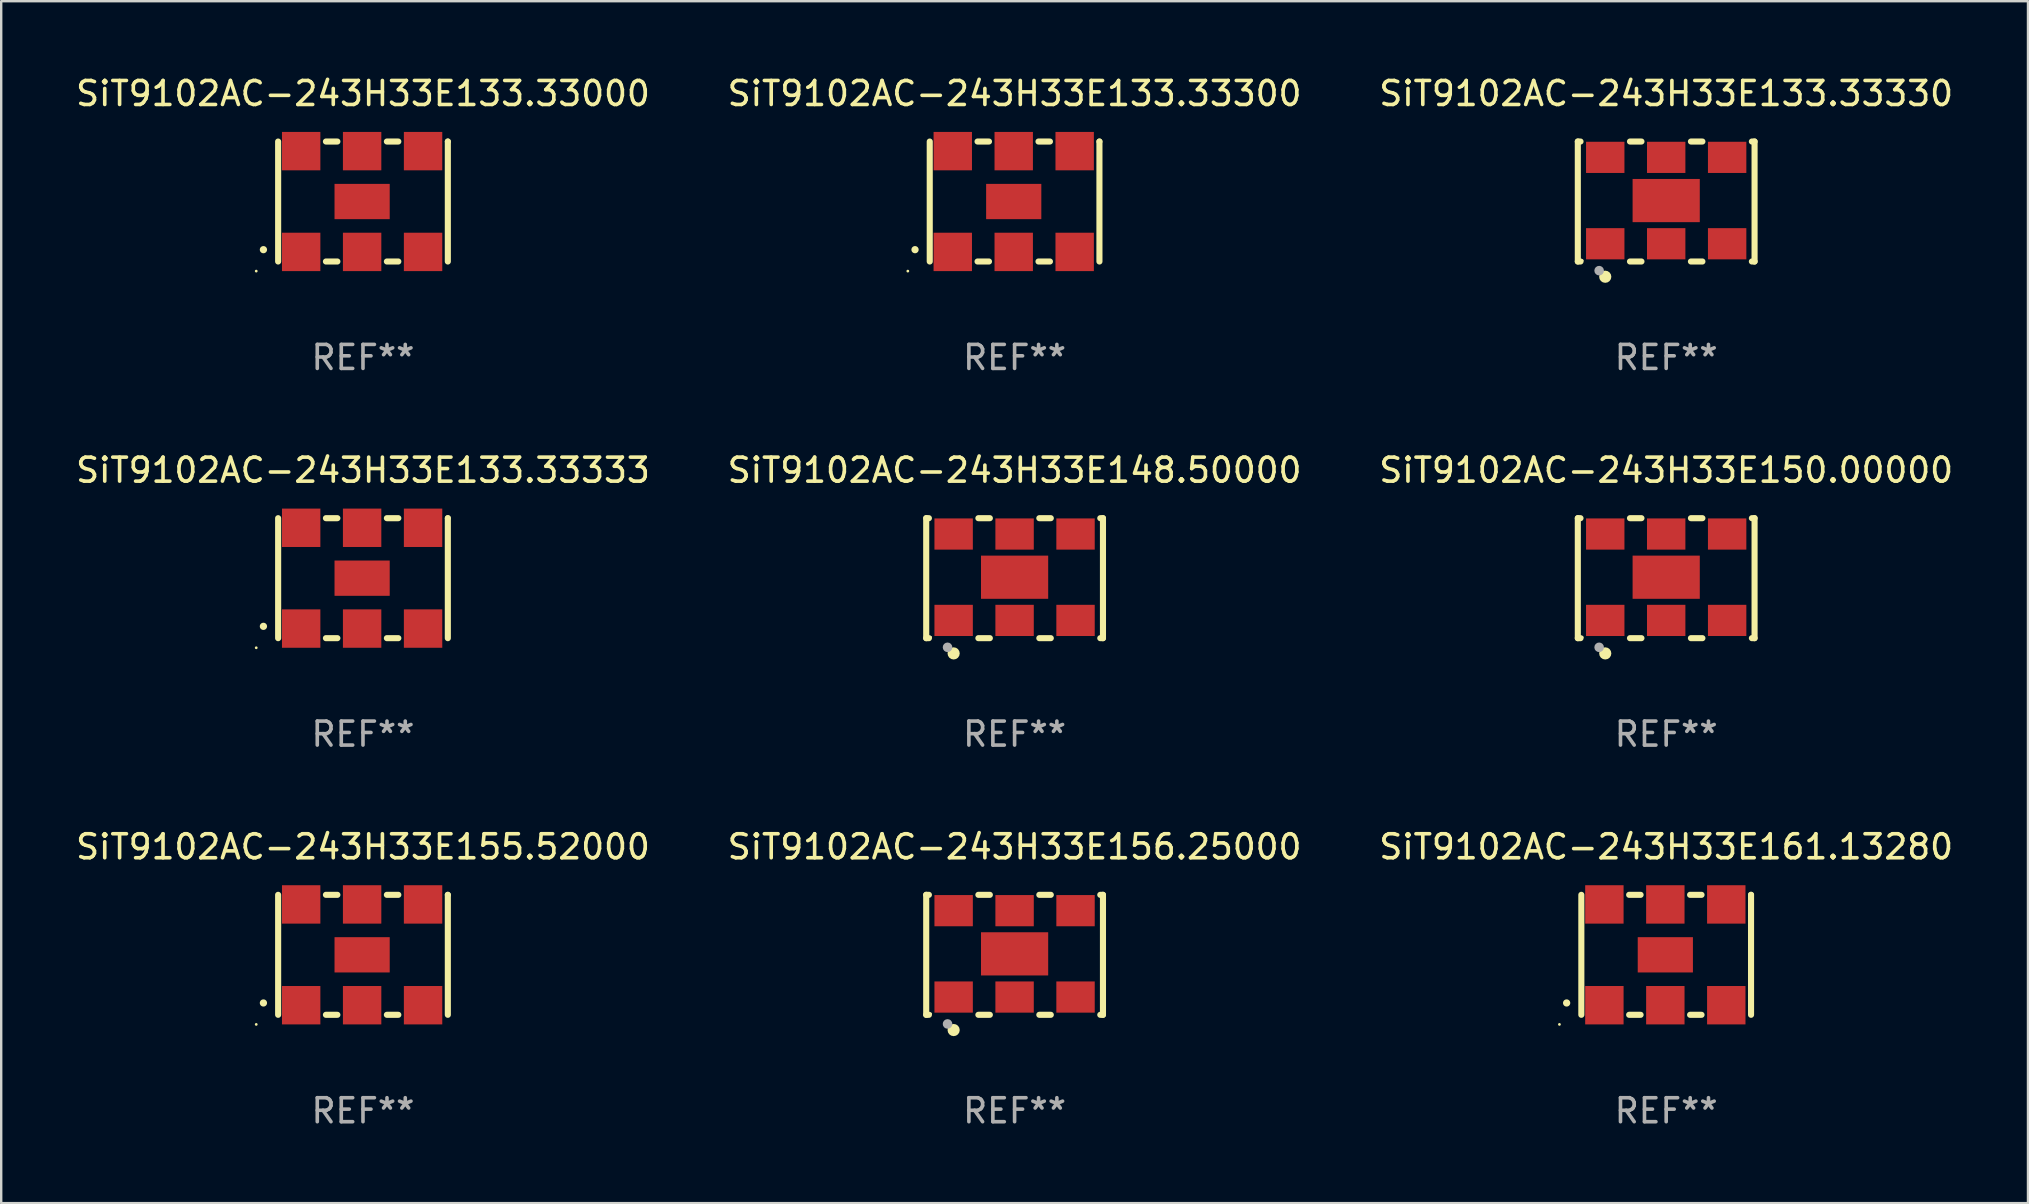
<source format=kicad_pcb>
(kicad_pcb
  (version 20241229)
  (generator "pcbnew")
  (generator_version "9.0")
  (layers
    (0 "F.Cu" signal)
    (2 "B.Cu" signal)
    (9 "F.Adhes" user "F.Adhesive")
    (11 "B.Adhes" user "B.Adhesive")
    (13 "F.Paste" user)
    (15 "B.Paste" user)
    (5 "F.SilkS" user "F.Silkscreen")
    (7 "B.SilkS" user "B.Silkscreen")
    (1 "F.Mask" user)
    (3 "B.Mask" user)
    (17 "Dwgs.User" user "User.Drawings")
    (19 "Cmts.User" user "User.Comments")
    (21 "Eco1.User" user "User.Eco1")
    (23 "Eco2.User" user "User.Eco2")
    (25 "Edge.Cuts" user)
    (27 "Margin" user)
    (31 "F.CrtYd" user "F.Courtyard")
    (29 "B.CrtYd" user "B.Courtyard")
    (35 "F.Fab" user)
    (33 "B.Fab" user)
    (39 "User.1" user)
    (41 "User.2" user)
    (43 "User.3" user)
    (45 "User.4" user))
  (footprint "SiT9102AC-243H33E133.33000"
    (layer "F.Cu")
    (at 12.077 5.348)
    (property "Reference" "SiT9102AC-243H33E133.33000" (at 0 -4.5 0) (layer "F.SilkS") (effects (font (size 1 1) (thickness 0.15))))
    (attr through_hole)
    (fp_line (start -3.536 -2.5) (end -3.536 2.5) (stroke (width 0.254) (type solid)) (layer "F.SilkS"))
    (fp_line (start -1.544 2.5) (end -1.067 2.5) (stroke (width 0.254) (type solid)) (layer "F.SilkS"))
    (fp_line (start -1.067 -2.5) (end -1.544 -2.5) (stroke (width 0.254) (type solid)) (layer "F.SilkS"))
    (fp_line (start 0.996 2.5) (end 1.473 2.5) (stroke (width 0.254) (type solid)) (layer "F.SilkS"))
    (fp_line (start 1.473 -2.5) (end 0.996 -2.5) (stroke (width 0.254) (type solid)) (layer "F.SilkS"))
    (fp_line (start 3.536 -2.5) (end 3.536 -2.5) (stroke (width 0.254) (type solid)) (layer "F.SilkS"))
    (fp_line (start 3.536 2.5) (end 3.536 -2.5) (stroke (width 0.254) (type solid)) (layer "F.SilkS"))
    (fp_arc (start -4.150432 2.006604) (mid -4.149162 2.006599) (end -4.147892 2.006604) (stroke (width 0.3) (type solid)) (layer "F.SilkS"))
    (fp_circle (center -4.449 2.9) (end -4.419 2.9) (stroke (width 0.06) (type solid)) (fill no) (layer "F.SilkS"))
    (fp_text user "REF**" (at 0 6.5 0) (layer "F.Fab") (effects (font (size 1 1) (thickness 0.15))))
    (pad "1" smd rect (at -2.576 2.1) (size 1.6 1.6) (layers "F.Cu" "F.Mask" "F.Paste"))
    (pad "2" smd rect (at -0.036 2.1) (size 1.6 1.6) (layers "F.Cu" "F.Mask" "F.Paste"))
    (pad "3" smd rect (at 2.504 2.1) (size 1.6 1.6) (layers "F.Cu" "F.Mask" "F.Paste"))
    (pad "4" smd rect (at 2.504 -2.1) (size 1.6 1.6) (layers "F.Cu" "F.Mask" "F.Paste"))
    (pad "5" smd rect (at -0.036 -2.1) (size 1.6 1.6) (layers "F.Cu" "F.Mask" "F.Paste"))
    (pad "6" smd rect (at -2.576 -2.1) (size 1.6 1.6) (layers "F.Cu" "F.Mask" "F.Paste"))
    (pad "7" smd rect (at -0.036 0) (size 2.3 1.47) (layers "F.Cu" "F.Mask" "F.Paste")))
  (footprint "SiT9102AC-243H33E148.50000"
    (layer "F.Cu")
    (at 39.232 21.045)
    (property "Reference" "SiT9102AC-243H33E148.50000" (at 0 -4.5 0) (layer "F.SilkS") (effects (font (size 1 1) (thickness 0.15))))
    (attr through_hole)
    (fp_line (start -3.683 -2.5) (end -3.571 -2.5) (stroke (width 0.254) (type solid)) (layer "F.SilkS"))
    (fp_line (start -3.683 2.5) (end -3.683 -2.5) (stroke (width 0.254) (type solid)) (layer "F.SilkS"))
    (fp_line (start -3.683 2.5) (end -3.571 2.5) (stroke (width 0.254) (type solid)) (layer "F.SilkS"))
    (fp_line (start -1.509 -2.5) (end -1.031 -2.5) (stroke (width 0.254) (type solid)) (layer "F.SilkS"))
    (fp_line (start -1.509 2.5) (end -1.031 2.5) (stroke (width 0.254) (type solid)) (layer "F.SilkS"))
    (fp_line (start 1.031 -2.5) (end 1.509 -2.5) (stroke (width 0.254) (type solid)) (layer "F.SilkS"))
    (fp_line (start 1.031 2.5) (end 1.509 2.5) (stroke (width 0.254) (type solid)) (layer "F.SilkS"))
    (fp_line (start 3.571 -2.5) (end 3.683 -2.5) (stroke (width 0.254) (type solid)) (layer "F.SilkS"))
    (fp_line (start 3.571 2.5) (end 3.683 2.5) (stroke (width 0.254) (type solid)) (layer "F.SilkS"))
    (fp_line (start 3.683 2.5) (end 3.683 -2.5) (stroke (width 0.254) (type solid)) (layer "F.SilkS"))
    (fp_circle (center -3.5 2.46) (end -3.47 2.46) (stroke (width 0.06) (type solid)) (fill no) (layer "F.SilkS"))
    (fp_circle (center -2.54 3.135) (end -2.413 3.135) (stroke (width 0.254) (type solid)) (fill no) (layer "F.SilkS"))
    (fp_circle (center -2.794 2.881) (end -2.694 2.881) (stroke (width 0.2) (type solid)) (fill no) (layer "F.Fab"))
    (fp_text user "REF**" (at 0 6.5 0) (layer "F.Fab") (effects (font (size 1 1) (thickness 0.15))))
    (pad "1" smd rect (at -2.54 1.76) (size 1.6 1.3) (layers "F.Cu" "F.Mask" "F.Paste"))
    (pad "2" smd rect (at 0 1.76) (size 1.6 1.3) (layers "F.Cu" "F.Mask" "F.Paste"))
    (pad "3" smd rect (at 2.54 1.76) (size 1.6 1.3) (layers "F.Cu" "F.Mask" "F.Paste"))
    (pad "4" smd rect (at 2.54 -1.84) (size 1.6 1.3) (layers "F.Cu" "F.Mask" "F.Paste"))
    (pad "5" smd rect (at 0 -1.84) (size 1.6 1.3) (layers "F.Cu" "F.Mask" "F.Paste"))
    (pad "6" smd rect (at -2.54 -1.84) (size 1.6 1.3) (layers "F.Cu" "F.Mask" "F.Paste"))
    (pad "7" smd rect (at 0 -0.04) (size 2.8 1.8) (layers "F.Cu" "F.Mask" "F.Paste")))
  (footprint "SiT9102AC-243H33E133.33330"
    (layer "F.Cu")
    (at 66.387 5.348)
    (property "Reference" "SiT9102AC-243H33E133.33330" (at 0 -4.5 0) (layer "F.SilkS") (effects (font (size 1 1) (thickness 0.15))))
    (attr through_hole)
    (fp_line (start -3.683 -2.5) (end -3.571 -2.5) (stroke (width 0.254) (type solid)) (layer "F.SilkS"))
    (fp_line (start -3.683 2.5) (end -3.683 -2.5) (stroke (width 0.254) (type solid)) (layer "F.SilkS"))
    (fp_line (start -3.683 2.5) (end -3.571 2.5) (stroke (width 0.254) (type solid)) (layer "F.SilkS"))
    (fp_line (start -1.509 -2.5) (end -1.031 -2.5) (stroke (width 0.254) (type solid)) (layer "F.SilkS"))
    (fp_line (start -1.509 2.5) (end -1.031 2.5) (stroke (width 0.254) (type solid)) (layer "F.SilkS"))
    (fp_line (start 1.031 -2.5) (end 1.509 -2.5) (stroke (width 0.254) (type solid)) (layer "F.SilkS"))
    (fp_line (start 1.031 2.5) (end 1.509 2.5) (stroke (width 0.254) (type solid)) (layer "F.SilkS"))
    (fp_line (start 3.571 -2.5) (end 3.683 -2.5) (stroke (width 0.254) (type solid)) (layer "F.SilkS"))
    (fp_line (start 3.571 2.5) (end 3.683 2.5) (stroke (width 0.254) (type solid)) (layer "F.SilkS"))
    (fp_line (start 3.683 2.5) (end 3.683 -2.5) (stroke (width 0.254) (type solid)) (layer "F.SilkS"))
    (fp_circle (center -3.5 2.46) (end -3.47 2.46) (stroke (width 0.06) (type solid)) (fill no) (layer "F.SilkS"))
    (fp_circle (center -2.54 3.135) (end -2.413 3.135) (stroke (width 0.254) (type solid)) (fill no) (layer "F.SilkS"))
    (fp_circle (center -2.794 2.881) (end -2.694 2.881) (stroke (width 0.2) (type solid)) (fill no) (layer "F.Fab"))
    (fp_text user "REF**" (at 0 6.5 0) (layer "F.Fab") (effects (font (size 1 1) (thickness 0.15))))
    (pad "1" smd rect (at -2.54 1.76) (size 1.6 1.3) (layers "F.Cu" "F.Mask" "F.Paste"))
    (pad "2" smd rect (at 0 1.76) (size 1.6 1.3) (layers "F.Cu" "F.Mask" "F.Paste"))
    (pad "3" smd rect (at 2.54 1.76) (size 1.6 1.3) (layers "F.Cu" "F.Mask" "F.Paste"))
    (pad "4" smd rect (at 2.54 -1.84) (size 1.6 1.3) (layers "F.Cu" "F.Mask" "F.Paste"))
    (pad "5" smd rect (at 0 -1.84) (size 1.6 1.3) (layers "F.Cu" "F.Mask" "F.Paste"))
    (pad "6" smd rect (at -2.54 -1.84) (size 1.6 1.3) (layers "F.Cu" "F.Mask" "F.Paste"))
    (pad "7" smd rect (at 0 -0.04) (size 2.8 1.8) (layers "F.Cu" "F.Mask" "F.Paste")))
  (footprint "SiT9102AC-243H33E161.13280"
    (layer "F.Cu")
    (at 66.387 36.741)
    (property "Reference" "SiT9102AC-243H33E161.13280" (at 0 -4.5 0) (layer "F.SilkS") (effects (font (size 1 1) (thickness 0.15))))
    (attr through_hole)
    (fp_line (start -3.536 -2.5) (end -3.536 2.5) (stroke (width 0.254) (type solid)) (layer "F.SilkS"))
    (fp_line (start -1.544 2.5) (end -1.067 2.5) (stroke (width 0.254) (type solid)) (layer "F.SilkS"))
    (fp_line (start -1.067 -2.5) (end -1.544 -2.5) (stroke (width 0.254) (type solid)) (layer "F.SilkS"))
    (fp_line (start 0.996 2.5) (end 1.473 2.5) (stroke (width 0.254) (type solid)) (layer "F.SilkS"))
    (fp_line (start 1.473 -2.5) (end 0.996 -2.5) (stroke (width 0.254) (type solid)) (layer "F.SilkS"))
    (fp_line (start 3.536 -2.5) (end 3.536 -2.5) (stroke (width 0.254) (type solid)) (layer "F.SilkS"))
    (fp_line (start 3.536 2.5) (end 3.536 -2.5) (stroke (width 0.254) (type solid)) (layer "F.SilkS"))
    (fp_arc (start -4.150432 2.006604) (mid -4.149162 2.006599) (end -4.147892 2.006604) (stroke (width 0.3) (type solid)) (layer "F.SilkS"))
    (fp_circle (center -4.449 2.9) (end -4.419 2.9) (stroke (width 0.06) (type solid)) (fill no) (layer "F.SilkS"))
    (fp_text user "REF**" (at 0 6.5 0) (layer "F.Fab") (effects (font (size 1 1) (thickness 0.15))))
    (pad "1" smd rect (at -2.576 2.1) (size 1.6 1.6) (layers "F.Cu" "F.Mask" "F.Paste"))
    (pad "2" smd rect (at -0.036 2.1) (size 1.6 1.6) (layers "F.Cu" "F.Mask" "F.Paste"))
    (pad "3" smd rect (at 2.504 2.1) (size 1.6 1.6) (layers "F.Cu" "F.Mask" "F.Paste"))
    (pad "4" smd rect (at 2.504 -2.1) (size 1.6 1.6) (layers "F.Cu" "F.Mask" "F.Paste"))
    (pad "5" smd rect (at -0.036 -2.1) (size 1.6 1.6) (layers "F.Cu" "F.Mask" "F.Paste"))
    (pad "6" smd rect (at -2.576 -2.1) (size 1.6 1.6) (layers "F.Cu" "F.Mask" "F.Paste"))
    (pad "7" smd rect (at -0.036 0) (size 2.3 1.47) (layers "F.Cu" "F.Mask" "F.Paste")))
  (footprint "SiT9102AC-243H33E133.33333"
    (layer "F.Cu")
    (at 12.077 21.045)
    (property "Reference" "SiT9102AC-243H33E133.33333" (at 0 -4.5 0) (layer "F.SilkS") (effects (font (size 1 1) (thickness 0.15))))
    (attr through_hole)
    (fp_line (start -3.536 -2.5) (end -3.536 2.5) (stroke (width 0.254) (type solid)) (layer "F.SilkS"))
    (fp_line (start -1.544 2.5) (end -1.067 2.5) (stroke (width 0.254) (type solid)) (layer "F.SilkS"))
    (fp_line (start -1.067 -2.5) (end -1.544 -2.5) (stroke (width 0.254) (type solid)) (layer "F.SilkS"))
    (fp_line (start 0.996 2.5) (end 1.473 2.5) (stroke (width 0.254) (type solid)) (layer "F.SilkS"))
    (fp_line (start 1.473 -2.5) (end 0.996 -2.5) (stroke (width 0.254) (type solid)) (layer "F.SilkS"))
    (fp_line (start 3.536 -2.5) (end 3.536 -2.5) (stroke (width 0.254) (type solid)) (layer "F.SilkS"))
    (fp_line (start 3.536 2.5) (end 3.536 -2.5) (stroke (width 0.254) (type solid)) (layer "F.SilkS"))
    (fp_arc (start -4.150432 2.006604) (mid -4.149162 2.006599) (end -4.147892 2.006604) (stroke (width 0.3) (type solid)) (layer "F.SilkS"))
    (fp_circle (center -4.449 2.9) (end -4.419 2.9) (stroke (width 0.06) (type solid)) (fill no) (layer "F.SilkS"))
    (fp_text user "REF**" (at 0 6.5 0) (layer "F.Fab") (effects (font (size 1 1) (thickness 0.15))))
    (pad "1" smd rect (at -2.576 2.1) (size 1.6 1.6) (layers "F.Cu" "F.Mask" "F.Paste"))
    (pad "2" smd rect (at -0.036 2.1) (size 1.6 1.6) (layers "F.Cu" "F.Mask" "F.Paste"))
    (pad "3" smd rect (at 2.504 2.1) (size 1.6 1.6) (layers "F.Cu" "F.Mask" "F.Paste"))
    (pad "4" smd rect (at 2.504 -2.1) (size 1.6 1.6) (layers "F.Cu" "F.Mask" "F.Paste"))
    (pad "5" smd rect (at -0.036 -2.1) (size 1.6 1.6) (layers "F.Cu" "F.Mask" "F.Paste"))
    (pad "6" smd rect (at -2.576 -2.1) (size 1.6 1.6) (layers "F.Cu" "F.Mask" "F.Paste"))
    (pad "7" smd rect (at -0.036 0) (size 2.3 1.47) (layers "F.Cu" "F.Mask" "F.Paste")))
  (footprint "SiT9102AC-243H33E133.33300"
    (layer "F.Cu")
    (at 39.232 5.348)
    (property "Reference" "SiT9102AC-243H33E133.33300" (at 0 -4.5 0) (layer "F.SilkS") (effects (font (size 1 1) (thickness 0.15))))
    (attr through_hole)
    (fp_line (start -3.536 -2.5) (end -3.536 2.5) (stroke (width 0.254) (type solid)) (layer "F.SilkS"))
    (fp_line (start -1.544 2.5) (end -1.067 2.5) (stroke (width 0.254) (type solid)) (layer "F.SilkS"))
    (fp_line (start -1.067 -2.5) (end -1.544 -2.5) (stroke (width 0.254) (type solid)) (layer "F.SilkS"))
    (fp_line (start 0.996 2.5) (end 1.473 2.5) (stroke (width 0.254) (type solid)) (layer "F.SilkS"))
    (fp_line (start 1.473 -2.5) (end 0.996 -2.5) (stroke (width 0.254) (type solid)) (layer "F.SilkS"))
    (fp_line (start 3.536 -2.5) (end 3.536 -2.5) (stroke (width 0.254) (type solid)) (layer "F.SilkS"))
    (fp_line (start 3.536 2.5) (end 3.536 -2.5) (stroke (width 0.254) (type solid)) (layer "F.SilkS"))
    (fp_arc (start -4.150432 2.006604) (mid -4.149162 2.006599) (end -4.147892 2.006604) (stroke (width 0.3) (type solid)) (layer "F.SilkS"))
    (fp_circle (center -4.449 2.9) (end -4.419 2.9) (stroke (width 0.06) (type solid)) (fill no) (layer "F.SilkS"))
    (fp_text user "REF**" (at 0 6.5 0) (layer "F.Fab") (effects (font (size 1 1) (thickness 0.15))))
    (pad "1" smd rect (at -2.576 2.1) (size 1.6 1.6) (layers "F.Cu" "F.Mask" "F.Paste"))
    (pad "2" smd rect (at -0.036 2.1) (size 1.6 1.6) (layers "F.Cu" "F.Mask" "F.Paste"))
    (pad "3" smd rect (at 2.504 2.1) (size 1.6 1.6) (layers "F.Cu" "F.Mask" "F.Paste"))
    (pad "4" smd rect (at 2.504 -2.1) (size 1.6 1.6) (layers "F.Cu" "F.Mask" "F.Paste"))
    (pad "5" smd rect (at -0.036 -2.1) (size 1.6 1.6) (layers "F.Cu" "F.Mask" "F.Paste"))
    (pad "6" smd rect (at -2.576 -2.1) (size 1.6 1.6) (layers "F.Cu" "F.Mask" "F.Paste"))
    (pad "7" smd rect (at -0.036 0) (size 2.3 1.47) (layers "F.Cu" "F.Mask" "F.Paste")))
  (footprint "SiT9102AC-243H33E156.25000"
    (layer "F.Cu")
    (at 39.232 36.741)
    (property "Reference" "SiT9102AC-243H33E156.25000" (at 0 -4.5 0) (layer "F.SilkS") (effects (font (size 1 1) (thickness 0.15))))
    (attr through_hole)
    (fp_line (start -3.683 -2.5) (end -3.571 -2.5) (stroke (width 0.254) (type solid)) (layer "F.SilkS"))
    (fp_line (start -3.683 2.5) (end -3.683 -2.5) (stroke (width 0.254) (type solid)) (layer "F.SilkS"))
    (fp_line (start -3.683 2.5) (end -3.571 2.5) (stroke (width 0.254) (type solid)) (layer "F.SilkS"))
    (fp_line (start -1.509 -2.5) (end -1.031 -2.5) (stroke (width 0.254) (type solid)) (layer "F.SilkS"))
    (fp_line (start -1.509 2.5) (end -1.031 2.5) (stroke (width 0.254) (type solid)) (layer "F.SilkS"))
    (fp_line (start 1.031 -2.5) (end 1.509 -2.5) (stroke (width 0.254) (type solid)) (layer "F.SilkS"))
    (fp_line (start 1.031 2.5) (end 1.509 2.5) (stroke (width 0.254) (type solid)) (layer "F.SilkS"))
    (fp_line (start 3.571 -2.5) (end 3.683 -2.5) (stroke (width 0.254) (type solid)) (layer "F.SilkS"))
    (fp_line (start 3.571 2.5) (end 3.683 2.5) (stroke (width 0.254) (type solid)) (layer "F.SilkS"))
    (fp_line (start 3.683 2.5) (end 3.683 -2.5) (stroke (width 0.254) (type solid)) (layer "F.SilkS"))
    (fp_circle (center -3.5 2.46) (end -3.47 2.46) (stroke (width 0.06) (type solid)) (fill no) (layer "F.SilkS"))
    (fp_circle (center -2.54 3.135) (end -2.413 3.135) (stroke (width 0.254) (type solid)) (fill no) (layer "F.SilkS"))
    (fp_circle (center -2.794 2.881) (end -2.694 2.881) (stroke (width 0.2) (type solid)) (fill no) (layer "F.Fab"))
    (fp_text user "REF**" (at 0 6.5 0) (layer "F.Fab") (effects (font (size 1 1) (thickness 0.15))))
    (pad "1" smd rect (at -2.54 1.76) (size 1.6 1.3) (layers "F.Cu" "F.Mask" "F.Paste"))
    (pad "2" smd rect (at 0 1.76) (size 1.6 1.3) (layers "F.Cu" "F.Mask" "F.Paste"))
    (pad "3" smd rect (at 2.54 1.76) (size 1.6 1.3) (layers "F.Cu" "F.Mask" "F.Paste"))
    (pad "4" smd rect (at 2.54 -1.84) (size 1.6 1.3) (layers "F.Cu" "F.Mask" "F.Paste"))
    (pad "5" smd rect (at 0 -1.84) (size 1.6 1.3) (layers "F.Cu" "F.Mask" "F.Paste"))
    (pad "6" smd rect (at -2.54 -1.84) (size 1.6 1.3) (layers "F.Cu" "F.Mask" "F.Paste"))
    (pad "7" smd rect (at 0 -0.04) (size 2.8 1.8) (layers "F.Cu" "F.Mask" "F.Paste")))
  (footprint "SiT9102AC-243H33E155.52000"
    (layer "F.Cu")
    (at 12.077 36.741)
    (property "Reference" "SiT9102AC-243H33E155.52000" (at 0 -4.5 0) (layer "F.SilkS") (effects (font (size 1 1) (thickness 0.15))))
    (attr through_hole)
    (fp_line (start -3.536 -2.5) (end -3.536 2.5) (stroke (width 0.254) (type solid)) (layer "F.SilkS"))
    (fp_line (start -1.544 2.5) (end -1.067 2.5) (stroke (width 0.254) (type solid)) (layer "F.SilkS"))
    (fp_line (start -1.067 -2.5) (end -1.544 -2.5) (stroke (width 0.254) (type solid)) (layer "F.SilkS"))
    (fp_line (start 0.996 2.5) (end 1.473 2.5) (stroke (width 0.254) (type solid)) (layer "F.SilkS"))
    (fp_line (start 1.473 -2.5) (end 0.996 -2.5) (stroke (width 0.254) (type solid)) (layer "F.SilkS"))
    (fp_line (start 3.536 -2.5) (end 3.536 -2.5) (stroke (width 0.254) (type solid)) (layer "F.SilkS"))
    (fp_line (start 3.536 2.5) (end 3.536 -2.5) (stroke (width 0.254) (type solid)) (layer "F.SilkS"))
    (fp_arc (start -4.150432 2.006604) (mid -4.149162 2.006599) (end -4.147892 2.006604) (stroke (width 0.3) (type solid)) (layer "F.SilkS"))
    (fp_circle (center -4.449 2.9) (end -4.419 2.9) (stroke (width 0.06) (type solid)) (fill no) (layer "F.SilkS"))
    (fp_text user "REF**" (at 0 6.5 0) (layer "F.Fab") (effects (font (size 1 1) (thickness 0.15))))
    (pad "1" smd rect (at -2.576 2.1) (size 1.6 1.6) (layers "F.Cu" "F.Mask" "F.Paste"))
    (pad "2" smd rect (at -0.036 2.1) (size 1.6 1.6) (layers "F.Cu" "F.Mask" "F.Paste"))
    (pad "3" smd rect (at 2.504 2.1) (size 1.6 1.6) (layers "F.Cu" "F.Mask" "F.Paste"))
    (pad "4" smd rect (at 2.504 -2.1) (size 1.6 1.6) (layers "F.Cu" "F.Mask" "F.Paste"))
    (pad "5" smd rect (at -0.036 -2.1) (size 1.6 1.6) (layers "F.Cu" "F.Mask" "F.Paste"))
    (pad "6" smd rect (at -2.576 -2.1) (size 1.6 1.6) (layers "F.Cu" "F.Mask" "F.Paste"))
    (pad "7" smd rect (at -0.036 0) (size 2.3 1.47) (layers "F.Cu" "F.Mask" "F.Paste")))
  (footprint "SiT9102AC-243H33E150.00000"
    (layer "F.Cu")
    (at 66.387 21.045)
    (property "Reference" "SiT9102AC-243H33E150.00000" (at 0 -4.5 0) (layer "F.SilkS") (effects (font (size 1 1) (thickness 0.15))))
    (attr through_hole)
    (fp_line (start -3.683 -2.5) (end -3.571 -2.5) (stroke (width 0.254) (type solid)) (layer "F.SilkS"))
    (fp_line (start -3.683 2.5) (end -3.683 -2.5) (stroke (width 0.254) (type solid)) (layer "F.SilkS"))
    (fp_line (start -3.683 2.5) (end -3.571 2.5) (stroke (width 0.254) (type solid)) (layer "F.SilkS"))
    (fp_line (start -1.509 -2.5) (end -1.031 -2.5) (stroke (width 0.254) (type solid)) (layer "F.SilkS"))
    (fp_line (start -1.509 2.5) (end -1.031 2.5) (stroke (width 0.254) (type solid)) (layer "F.SilkS"))
    (fp_line (start 1.031 -2.5) (end 1.509 -2.5) (stroke (width 0.254) (type solid)) (layer "F.SilkS"))
    (fp_line (start 1.031 2.5) (end 1.509 2.5) (stroke (width 0.254) (type solid)) (layer "F.SilkS"))
    (fp_line (start 3.571 -2.5) (end 3.683 -2.5) (stroke (width 0.254) (type solid)) (layer "F.SilkS"))
    (fp_line (start 3.571 2.5) (end 3.683 2.5) (stroke (width 0.254) (type solid)) (layer "F.SilkS"))
    (fp_line (start 3.683 2.5) (end 3.683 -2.5) (stroke (width 0.254) (type solid)) (layer "F.SilkS"))
    (fp_circle (center -3.5 2.46) (end -3.47 2.46) (stroke (width 0.06) (type solid)) (fill no) (layer "F.SilkS"))
    (fp_circle (center -2.54 3.135) (end -2.413 3.135) (stroke (width 0.254) (type solid)) (fill no) (layer "F.SilkS"))
    (fp_circle (center -2.794 2.881) (end -2.694 2.881) (stroke (width 0.2) (type solid)) (fill no) (layer "F.Fab"))
    (fp_text user "REF**" (at 0 6.5 0) (layer "F.Fab") (effects (font (size 1 1) (thickness 0.15))))
    (pad "1" smd rect (at -2.54 1.76) (size 1.6 1.3) (layers "F.Cu" "F.Mask" "F.Paste"))
    (pad "2" smd rect (at 0 1.76) (size 1.6 1.3) (layers "F.Cu" "F.Mask" "F.Paste"))
    (pad "3" smd rect (at 2.54 1.76) (size 1.6 1.3) (layers "F.Cu" "F.Mask" "F.Paste"))
    (pad "4" smd rect (at 2.54 -1.84) (size 1.6 1.3) (layers "F.Cu" "F.Mask" "F.Paste"))
    (pad "5" smd rect (at 0 -1.84) (size 1.6 1.3) (layers "F.Cu" "F.Mask" "F.Paste"))
    (pad "6" smd rect (at -2.54 -1.84) (size 1.6 1.3) (layers "F.Cu" "F.Mask" "F.Paste"))
    (pad "7" smd rect (at 0 -0.04) (size 2.8 1.8) (layers "F.Cu" "F.Mask" "F.Paste")))
  (gr_rect
    (start -3 -3)
    (end 81.464 47.09)
    (stroke (width 0.1) (type default))
    (fill no)
    (layer "Edge.Cuts")))
</source>
